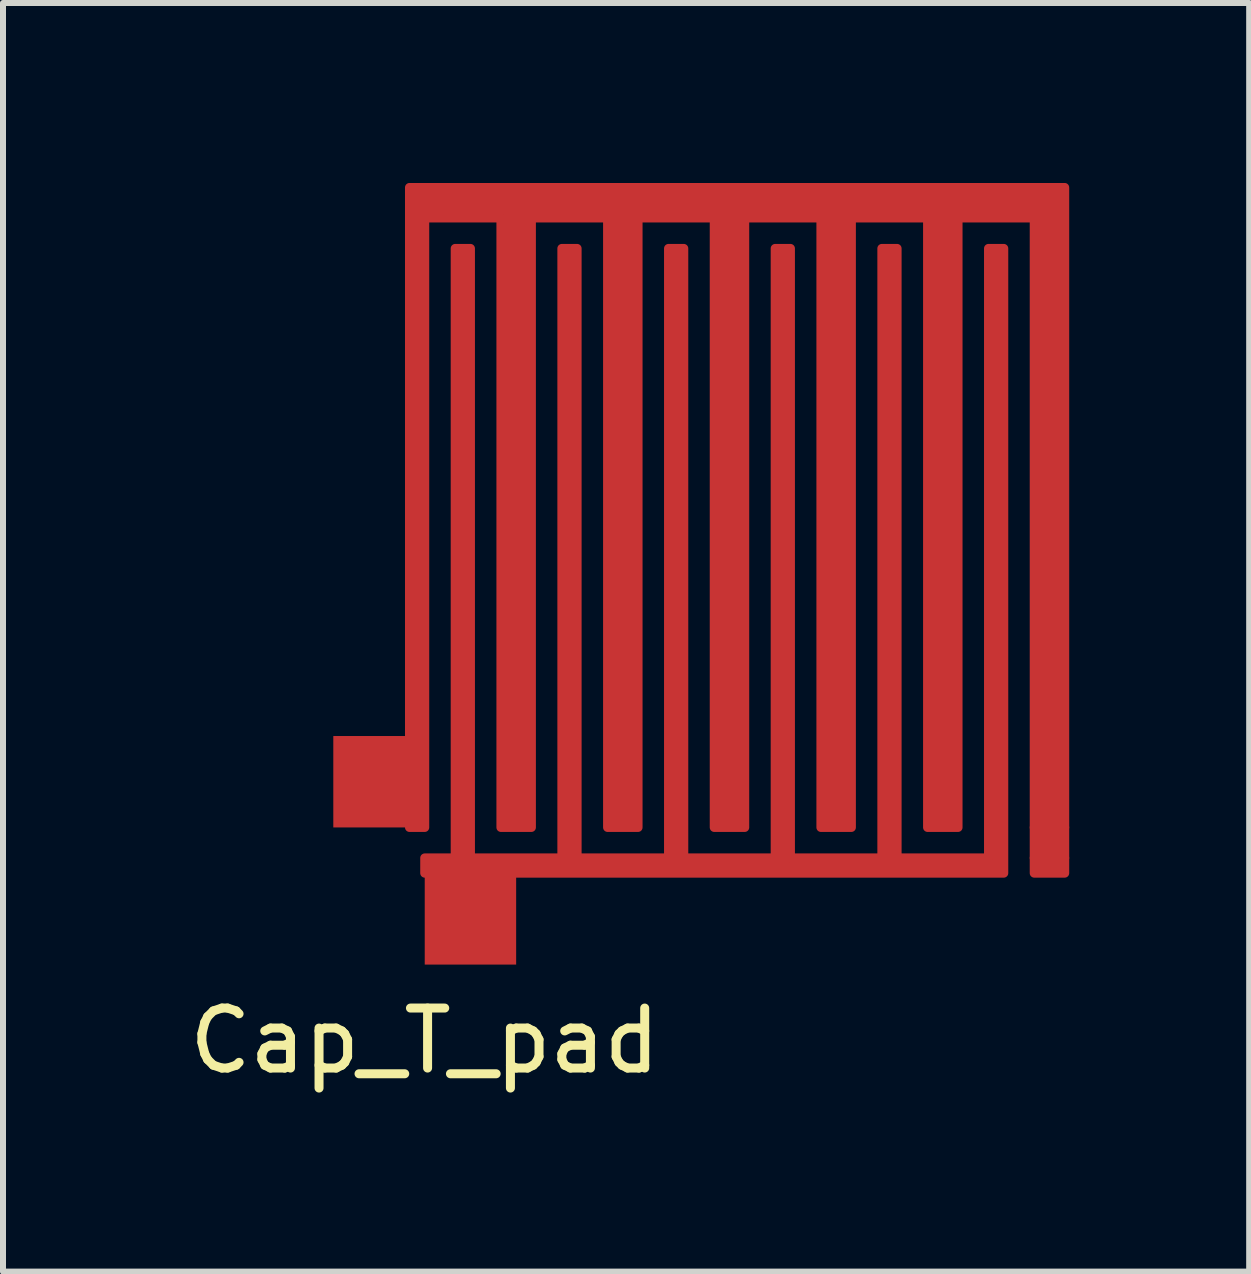
<source format=kicad_pcb>
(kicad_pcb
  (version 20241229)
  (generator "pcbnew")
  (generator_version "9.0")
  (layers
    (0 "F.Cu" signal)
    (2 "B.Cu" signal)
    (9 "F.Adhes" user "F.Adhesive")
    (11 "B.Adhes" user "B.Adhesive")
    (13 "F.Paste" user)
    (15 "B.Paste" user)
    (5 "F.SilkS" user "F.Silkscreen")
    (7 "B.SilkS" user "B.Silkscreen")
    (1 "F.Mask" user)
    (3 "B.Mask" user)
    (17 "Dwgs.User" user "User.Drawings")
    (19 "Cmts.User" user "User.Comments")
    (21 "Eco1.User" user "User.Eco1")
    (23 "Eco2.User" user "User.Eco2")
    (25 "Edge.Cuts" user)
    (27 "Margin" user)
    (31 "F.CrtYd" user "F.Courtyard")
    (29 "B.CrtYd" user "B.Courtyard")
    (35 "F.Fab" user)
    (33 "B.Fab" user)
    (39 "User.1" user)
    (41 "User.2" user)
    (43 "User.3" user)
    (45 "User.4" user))
  (footprint "Cap_T_pad"
    (layer "F.Cu")
    (at 4.03 10.743)
    (property "Reference" "Cap_T_pad" (at 0 3.556 0) (layer "F.SilkS") (effects (font (size 1 1) (thickness 0.15))))
    (attr through_hole)
    (fp_poly (pts (xy 10.16 0) (xy 10.668 0) (xy 10.668 0.508) (xy 10.16 0.508)) (stroke (width 0.15) (type solid)) (fill yes) (layer "F.Cu"))
    (fp_poly (pts (xy 10.16 0.508) (xy 10.668 0.508) (xy 10.668 0.762) (xy 10.16 0.762)) (stroke (width 0.15) (type solid)) (fill yes) (layer "F.Cu"))
    (fp_poly (pts (xy 0 0) (xy -0.254 0) (xy -0.254 -10.668) (xy 0 -10.668) (xy 0 -9.144)) (stroke (width 0.15) (type solid)) (fill yes) (layer "F.Cu"))
    (fp_poly (pts (xy 0 0) (xy 0 -10.668) (xy 10.668 -10.668) (xy 10.668 0) (xy 10.16 0) (xy 10.16 -10.16) (xy 8.89 -10.16) (xy 8.89 0) (xy 8.382 0) (xy 8.382 -10.16) (xy 7.112 -10.16) (xy 7.112 0) (xy 6.604 0) (xy 6.604 -10.16) (xy 5.334 -10.16) (xy 5.334 0) (xy 4.826 0) (xy 4.826 -10.16) (xy 3.556 -10.16) (xy 3.556 0) (xy 3.048 0) (xy 3.048 -10.16) (xy 1.778 -10.16) (xy 1.778 0) (xy 1.27 0) (xy 1.27 -10.16) (xy 0 -10.16)) (stroke (width 0.15) (type solid)) (fill yes) (layer "F.Cu"))
    (fp_poly (pts (xy 0 0.508) (xy 0.508 0.508) (xy 0.508 -9.652) (xy 0.762 -9.652) (xy 0.762 0.508) (xy 2.286 0.508) (xy 2.286 -9.652) (xy 2.54 -9.652) (xy 2.54 0.508) (xy 4.064 0.508) (xy 4.064 -9.652) (xy 4.318 -9.652) (xy 4.318 0.508) (xy 5.842 0.508) (xy 5.842 -9.652) (xy 6.096 -9.652) (xy 6.096 0.508) (xy 7.62 0.508) (xy 7.62 -9.652) (xy 7.874 -9.652) (xy 7.874 0.508) (xy 9.398 0.508) (xy 9.398 -9.652) (xy 9.652 -9.652) (xy 9.652 0.508) (xy 9.652 0.762) (xy 0 0.762)) (stroke (width 0.15) (type solid)) (fill yes) (layer "F.Cu"))
    (pad "1" smd rect (at -0.762 -0.762) (size 1.524 1.524) (layers "F.Cu" "F.Mask" "F.Paste"))
    (pad "2" smd rect (at 0.762 1.524) (size 1.524 1.524) (layers "F.Cu" "F.Mask" "F.Paste")))
  (gr_rect
    (start -3 -3)
    (end 17.773 18.147)
    (stroke (width 0.1) (type default))
    (fill no)
    (layer "Edge.Cuts")))
</source>
